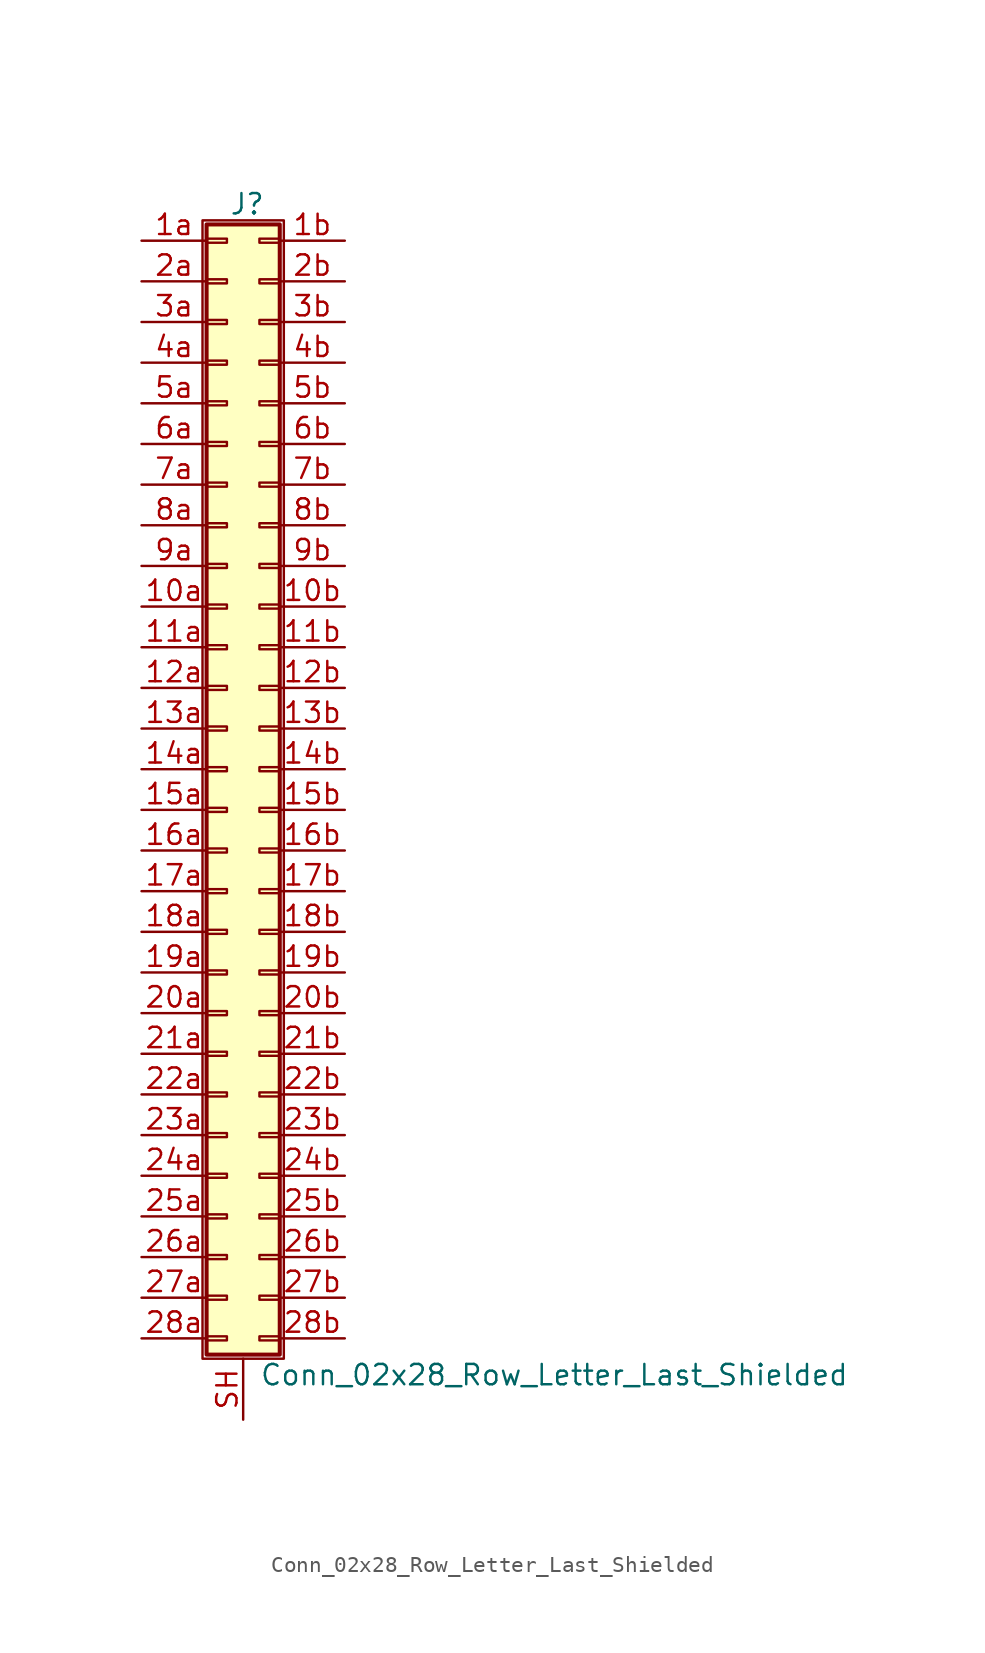
<source format=kicad_sym>
(kicad_symbol_lib
  (version 20211014)
  (generator kicad_symbol_editor)
  (symbol "Conn_02x28_Row_Letter_Last_Shielded"
    (pin_names
      (offset 1.016) hide)
    (property "Reference" "J"
      (at 1.524 35.306 0)
      (effects (font (size 1.27 1.27))))
    (property "Value" "Conn_02x28_Row_Letter_Last_Shielded"
      (at 2.286 -37.846 0)
      (effects (font (size 1.27 1.27)) (justify left)))
    (symbol "Conn_02x28_Row_Letter_Last_Shielded_1_1"
      (rectangle (start -1.27 34.29) (end 3.81 -36.83) (stroke (width 0.152) (type default) (color 0 0 0 0)) (fill (type none)))
      (rectangle (start -1.016 -35.433) (end 0.254 -35.687) (stroke (width 0.152) (type default) (color 0 0 0 0)) (fill (type none)))
      (rectangle (start -1.016 -32.893) (end 0.254 -33.147) (stroke (width 0.152) (type default) (color 0 0 0 0)) (fill (type none)))
      (rectangle (start -1.016 -30.353) (end 0.254 -30.607) (stroke (width 0.152) (type default) (color 0 0 0 0)) (fill (type none)))
      (rectangle (start -1.016 -27.813) (end 0.254 -28.067) (stroke (width 0.152) (type default) (color 0 0 0 0)) (fill (type none)))
      (rectangle (start -1.016 -25.273) (end 0.254 -25.527) (stroke (width 0.152) (type default) (color 0 0 0 0)) (fill (type none)))
      (rectangle (start -1.016 -22.733) (end 0.254 -22.987) (stroke (width 0.152) (type default) (color 0 0 0 0)) (fill (type none)))
      (rectangle (start -1.016 -20.193) (end 0.254 -20.447) (stroke (width 0.152) (type default) (color 0 0 0 0)) (fill (type none)))
      (rectangle (start -1.016 -17.653) (end 0.254 -17.907) (stroke (width 0.152) (type default) (color 0 0 0 0)) (fill (type none)))
      (rectangle (start -1.016 -15.113) (end 0.254 -15.367) (stroke (width 0.152) (type default) (color 0 0 0 0)) (fill (type none)))
      (rectangle (start -1.016 -12.573) (end 0.254 -12.827) (stroke (width 0.152) (type default) (color 0 0 0 0)) (fill (type none)))
      (rectangle (start -1.016 -10.033) (end 0.254 -10.287) (stroke (width 0.152) (type default) (color 0 0 0 0)) (fill (type none)))
      (rectangle (start -1.016 -7.493) (end 0.254 -7.747) (stroke (width 0.152) (type default) (color 0 0 0 0)) (fill (type none)))
      (rectangle (start -1.016 -4.953) (end 0.254 -5.207) (stroke (width 0.152) (type default) (color 0 0 0 0)) (fill (type none)))
      (rectangle (start -1.016 -2.413) (end 0.254 -2.667) (stroke (width 0.152) (type default) (color 0 0 0 0)) (fill (type none)))
      (rectangle (start -1.016 0.127) (end 0.254 -0.127) (stroke (width 0.152) (type default) (color 0 0 0 0)) (fill (type none)))
      (rectangle (start -1.016 2.667) (end 0.254 2.413) (stroke (width 0.152) (type default) (color 0 0 0 0)) (fill (type none)))
      (rectangle (start -1.016 5.207) (end 0.254 4.953) (stroke (width 0.152) (type default) (color 0 0 0 0)) (fill (type none)))
      (rectangle (start -1.016 7.747) (end 0.254 7.493) (stroke (width 0.152) (type default) (color 0 0 0 0)) (fill (type none)))
      (rectangle (start -1.016 10.287) (end 0.254 10.033) (stroke (width 0.152) (type default) (color 0 0 0 0)) (fill (type none)))
      (rectangle (start -1.016 12.827) (end 0.254 12.573) (stroke (width 0.152) (type default) (color 0 0 0 0)) (fill (type none)))
      (rectangle (start -1.016 15.367) (end 0.254 15.113) (stroke (width 0.152) (type default) (color 0 0 0 0)) (fill (type none)))
      (rectangle (start -1.016 17.907) (end 0.254 17.653) (stroke (width 0.152) (type default) (color 0 0 0 0)) (fill (type none)))
      (rectangle (start -1.016 20.447) (end 0.254 20.193) (stroke (width 0.152) (type default) (color 0 0 0 0)) (fill (type none)))
      (rectangle (start -1.016 22.987) (end 0.254 22.733) (stroke (width 0.152) (type default) (color 0 0 0 0)) (fill (type none)))
      (rectangle (start -1.016 25.527) (end 0.254 25.273) (stroke (width 0.152) (type default) (color 0 0 0 0)) (fill (type none)))
      (rectangle (start -1.016 28.067) (end 0.254 27.813) (stroke (width 0.152) (type default) (color 0 0 0 0)) (fill (type none)))
      (rectangle (start -1.016 30.607) (end 0.254 30.353) (stroke (width 0.152) (type default) (color 0 0 0 0)) (fill (type none)))
      (rectangle (start -1.016 33.147) (end 0.254 32.893) (stroke (width 0.152) (type default) (color 0 0 0 0)) (fill (type none)))
      (rectangle (start -1.016 34.036) (end 3.556 -36.576) (stroke (width 0.254) (type default) (color 0 0 0 0)) (fill (type background)))
      (rectangle (start 3.556 -35.433) (end 2.286 -35.687) (stroke (width 0.152) (type default) (color 0 0 0 0)) (fill (type none)))
      (rectangle (start 3.556 -32.893) (end 2.286 -33.147) (stroke (width 0.152) (type default) (color 0 0 0 0)) (fill (type none)))
      (rectangle (start 3.556 -30.353) (end 2.286 -30.607) (stroke (width 0.152) (type default) (color 0 0 0 0)) (fill (type none)))
      (rectangle (start 3.556 -27.813) (end 2.286 -28.067) (stroke (width 0.152) (type default) (color 0 0 0 0)) (fill (type none)))
      (rectangle (start 3.556 -25.273) (end 2.286 -25.527) (stroke (width 0.152) (type default) (color 0 0 0 0)) (fill (type none)))
      (rectangle (start 3.556 -22.733) (end 2.286 -22.987) (stroke (width 0.152) (type default) (color 0 0 0 0)) (fill (type none)))
      (rectangle (start 3.556 -20.193) (end 2.286 -20.447) (stroke (width 0.152) (type default) (color 0 0 0 0)) (fill (type none)))
      (rectangle (start 3.556 -17.653) (end 2.286 -17.907) (stroke (width 0.152) (type default) (color 0 0 0 0)) (fill (type none)))
      (rectangle (start 3.556 -15.113) (end 2.286 -15.367) (stroke (width 0.152) (type default) (color 0 0 0 0)) (fill (type none)))
      (rectangle (start 3.556 -12.573) (end 2.286 -12.827) (stroke (width 0.152) (type default) (color 0 0 0 0)) (fill (type none)))
      (rectangle (start 3.556 -10.033) (end 2.286 -10.287) (stroke (width 0.152) (type default) (color 0 0 0 0)) (fill (type none)))
      (rectangle (start 3.556 -7.493) (end 2.286 -7.747) (stroke (width 0.152) (type default) (color 0 0 0 0)) (fill (type none)))
      (rectangle (start 3.556 -4.953) (end 2.286 -5.207) (stroke (width 0.152) (type default) (color 0 0 0 0)) (fill (type none)))
      (rectangle (start 3.556 -2.413) (end 2.286 -2.667) (stroke (width 0.152) (type default) (color 0 0 0 0)) (fill (type none)))
      (rectangle (start 3.556 0.127) (end 2.286 -0.127) (stroke (width 0.152) (type default) (color 0 0 0 0)) (fill (type none)))
      (rectangle (start 3.556 2.667) (end 2.286 2.413) (stroke (width 0.152) (type default) (color 0 0 0 0)) (fill (type none)))
      (rectangle (start 3.556 5.207) (end 2.286 4.953) (stroke (width 0.152) (type default) (color 0 0 0 0)) (fill (type none)))
      (rectangle (start 3.556 7.747) (end 2.286 7.493) (stroke (width 0.152) (type default) (color 0 0 0 0)) (fill (type none)))
      (rectangle (start 3.556 10.287) (end 2.286 10.033) (stroke (width 0.152) (type default) (color 0 0 0 0)) (fill (type none)))
      (rectangle (start 3.556 12.827) (end 2.286 12.573) (stroke (width 0.152) (type default) (color 0 0 0 0)) (fill (type none)))
      (rectangle (start 3.556 15.367) (end 2.286 15.113) (stroke (width 0.152) (type default) (color 0 0 0 0)) (fill (type none)))
      (rectangle (start 3.556 17.907) (end 2.286 17.653) (stroke (width 0.152) (type default) (color 0 0 0 0)) (fill (type none)))
      (rectangle (start 3.556 20.447) (end 2.286 20.193) (stroke (width 0.152) (type default) (color 0 0 0 0)) (fill (type none)))
      (rectangle (start 3.556 22.987) (end 2.286 22.733) (stroke (width 0.152) (type default) (color 0 0 0 0)) (fill (type none)))
      (rectangle (start 3.556 25.527) (end 2.286 25.273) (stroke (width 0.152) (type default) (color 0 0 0 0)) (fill (type none)))
      (rectangle (start 3.556 28.067) (end 2.286 27.813) (stroke (width 0.152) (type default) (color 0 0 0 0)) (fill (type none)))
      (rectangle (start 3.556 30.607) (end 2.286 30.353) (stroke (width 0.152) (type default) (color 0 0 0 0)) (fill (type none)))
      (rectangle (start 3.556 33.147) (end 2.286 32.893) (stroke (width 0.152) (type default) (color 0 0 0 0)) (fill (type none)))
      (pin passive line (at -5.08 10.16 0) (length 4.064) (name "Pin_10a" (effects (font (size 1.27 1.27)))) (number "10a" (effects (font (size 1.27 1.27)))))
      (pin passive line (at 7.62 10.16 180) (length 4.064) (name "Pin_10b" (effects (font (size 1.27 1.27)))) (number "10b" (effects (font (size 1.27 1.27)))))
      (pin passive line (at -5.08 7.62 0) (length 4.064) (name "Pin_11a" (effects (font (size 1.27 1.27)))) (number "11a" (effects (font (size 1.27 1.27)))))
      (pin passive line (at 7.62 7.62 180) (length 4.064) (name "Pin_11b" (effects (font (size 1.27 1.27)))) (number "11b" (effects (font (size 1.27 1.27)))))
      (pin passive line (at -5.08 5.08 0) (length 4.064) (name "Pin_12a" (effects (font (size 1.27 1.27)))) (number "12a" (effects (font (size 1.27 1.27)))))
      (pin passive line (at 7.62 5.08 180) (length 4.064) (name "Pin_12b" (effects (font (size 1.27 1.27)))) (number "12b" (effects (font (size 1.27 1.27)))))
      (pin passive line (at -5.08 2.54 0) (length 4.064) (name "Pin_13a" (effects (font (size 1.27 1.27)))) (number "13a" (effects (font (size 1.27 1.27)))))
      (pin passive line (at 7.62 2.54 180) (length 4.064) (name "Pin_13b" (effects (font (size 1.27 1.27)))) (number "13b" (effects (font (size 1.27 1.27)))))
      (pin passive line (at -5.08 0 0) (length 4.064) (name "Pin_14a" (effects (font (size 1.27 1.27)))) (number "14a" (effects (font (size 1.27 1.27)))))
      (pin passive line (at 7.62 0 180) (length 4.064) (name "Pin_14b" (effects (font (size 1.27 1.27)))) (number "14b" (effects (font (size 1.27 1.27)))))
      (pin passive line (at -5.08 -2.54 0) (length 4.064) (name "Pin_15a" (effects (font (size 1.27 1.27)))) (number "15a" (effects (font (size 1.27 1.27)))))
      (pin passive line (at 7.62 -2.54 180) (length 4.064) (name "Pin_15b" (effects (font (size 1.27 1.27)))) (number "15b" (effects (font (size 1.27 1.27)))))
      (pin passive line (at -5.08 -5.08 0) (length 4.064) (name "Pin_16a" (effects (font (size 1.27 1.27)))) (number "16a" (effects (font (size 1.27 1.27)))))
      (pin passive line (at 7.62 -5.08 180) (length 4.064) (name "Pin_16b" (effects (font (size 1.27 1.27)))) (number "16b" (effects (font (size 1.27 1.27)))))
      (pin passive line (at -5.08 -7.62 0) (length 4.064) (name "Pin_17a" (effects (font (size 1.27 1.27)))) (number "17a" (effects (font (size 1.27 1.27)))))
      (pin passive line (at 7.62 -7.62 180) (length 4.064) (name "Pin_17b" (effects (font (size 1.27 1.27)))) (number "17b" (effects (font (size 1.27 1.27)))))
      (pin passive line (at -5.08 -10.16 0) (length 4.064) (name "Pin_18a" (effects (font (size 1.27 1.27)))) (number "18a" (effects (font (size 1.27 1.27)))))
      (pin passive line (at 7.62 -10.16 180) (length 4.064) (name "Pin_18b" (effects (font (size 1.27 1.27)))) (number "18b" (effects (font (size 1.27 1.27)))))
      (pin passive line (at -5.08 -12.7 0) (length 4.064) (name "Pin_19a" (effects (font (size 1.27 1.27)))) (number "19a" (effects (font (size 1.27 1.27)))))
      (pin passive line (at 7.62 -12.7 180) (length 4.064) (name "Pin_19b" (effects (font (size 1.27 1.27)))) (number "19b" (effects (font (size 1.27 1.27)))))
      (pin passive line (at -5.08 33.02 0) (length 4.064) (name "Pin_1a" (effects (font (size 1.27 1.27)))) (number "1a" (effects (font (size 1.27 1.27)))))
      (pin passive line (at 7.62 33.02 180) (length 4.064) (name "Pin_1b" (effects (font (size 1.27 1.27)))) (number "1b" (effects (font (size 1.27 1.27)))))
      (pin passive line (at -5.08 -15.24 0) (length 4.064) (name "Pin_20a" (effects (font (size 1.27 1.27)))) (number "20a" (effects (font (size 1.27 1.27)))))
      (pin passive line (at 7.62 -15.24 180) (length 4.064) (name "Pin_20b" (effects (font (size 1.27 1.27)))) (number "20b" (effects (font (size 1.27 1.27)))))
      (pin passive line (at -5.08 -17.78 0) (length 4.064) (name "Pin_21a" (effects (font (size 1.27 1.27)))) (number "21a" (effects (font (size 1.27 1.27)))))
      (pin passive line (at 7.62 -17.78 180) (length 4.064) (name "Pin_21b" (effects (font (size 1.27 1.27)))) (number "21b" (effects (font (size 1.27 1.27)))))
      (pin passive line (at -5.08 -20.32 0) (length 4.064) (name "Pin_22a" (effects (font (size 1.27 1.27)))) (number "22a" (effects (font (size 1.27 1.27)))))
      (pin passive line (at 7.62 -20.32 180) (length 4.064) (name "Pin_22b" (effects (font (size 1.27 1.27)))) (number "22b" (effects (font (size 1.27 1.27)))))
      (pin passive line (at -5.08 -22.86 0) (length 4.064) (name "Pin_23a" (effects (font (size 1.27 1.27)))) (number "23a" (effects (font (size 1.27 1.27)))))
      (pin passive line (at 7.62 -22.86 180) (length 4.064) (name "Pin_23b" (effects (font (size 1.27 1.27)))) (number "23b" (effects (font (size 1.27 1.27)))))
      (pin passive line (at -5.08 -25.4 0) (length 4.064) (name "Pin_24a" (effects (font (size 1.27 1.27)))) (number "24a" (effects (font (size 1.27 1.27)))))
      (pin passive line (at 7.62 -25.4 180) (length 4.064) (name "Pin_24b" (effects (font (size 1.27 1.27)))) (number "24b" (effects (font (size 1.27 1.27)))))
      (pin passive line (at -5.08 -27.94 0) (length 4.064) (name "Pin_25a" (effects (font (size 1.27 1.27)))) (number "25a" (effects (font (size 1.27 1.27)))))
      (pin passive line (at 7.62 -27.94 180) (length 4.064) (name "Pin_25b" (effects (font (size 1.27 1.27)))) (number "25b" (effects (font (size 1.27 1.27)))))
      (pin passive line (at -5.08 -30.48 0) (length 4.064) (name "Pin_26a" (effects (font (size 1.27 1.27)))) (number "26a" (effects (font (size 1.27 1.27)))))
      (pin passive line (at 7.62 -30.48 180) (length 4.064) (name "Pin_26b" (effects (font (size 1.27 1.27)))) (number "26b" (effects (font (size 1.27 1.27)))))
      (pin passive line (at -5.08 -33.02 0) (length 4.064) (name "Pin_27a" (effects (font (size 1.27 1.27)))) (number "27a" (effects (font (size 1.27 1.27)))))
      (pin passive line (at 7.62 -33.02 180) (length 4.064) (name "Pin_27b" (effects (font (size 1.27 1.27)))) (number "27b" (effects (font (size 1.27 1.27)))))
      (pin passive line (at -5.08 -35.56 0) (length 4.064) (name "Pin_28a" (effects (font (size 1.27 1.27)))) (number "28a" (effects (font (size 1.27 1.27)))))
      (pin passive line (at 7.62 -35.56 180) (length 4.064) (name "Pin_28b" (effects (font (size 1.27 1.27)))) (number "28b" (effects (font (size 1.27 1.27)))))
      (pin passive line (at -5.08 30.48 0) (length 4.064) (name "Pin_2a" (effects (font (size 1.27 1.27)))) (number "2a" (effects (font (size 1.27 1.27)))))
      (pin passive line (at 7.62 30.48 180) (length 4.064) (name "Pin_2b" (effects (font (size 1.27 1.27)))) (number "2b" (effects (font (size 1.27 1.27)))))
      (pin passive line (at -5.08 27.94 0) (length 4.064) (name "Pin_3a" (effects (font (size 1.27 1.27)))) (number "3a" (effects (font (size 1.27 1.27)))))
      (pin passive line (at 7.62 27.94 180) (length 4.064) (name "Pin_3b" (effects (font (size 1.27 1.27)))) (number "3b" (effects (font (size 1.27 1.27)))))
      (pin passive line (at -5.08 25.4 0) (length 4.064) (name "Pin_4a" (effects (font (size 1.27 1.27)))) (number "4a" (effects (font (size 1.27 1.27)))))
      (pin passive line (at 7.62 25.4 180) (length 4.064) (name "Pin_4b" (effects (font (size 1.27 1.27)))) (number "4b" (effects (font (size 1.27 1.27)))))
      (pin passive line (at -5.08 22.86 0) (length 4.064) (name "Pin_5a" (effects (font (size 1.27 1.27)))) (number "5a" (effects (font (size 1.27 1.27)))))
      (pin passive line (at 7.62 22.86 180) (length 4.064) (name "Pin_5b" (effects (font (size 1.27 1.27)))) (number "5b" (effects (font (size 1.27 1.27)))))
      (pin passive line (at -5.08 20.32 0) (length 4.064) (name "Pin_6a" (effects (font (size 1.27 1.27)))) (number "6a" (effects (font (size 1.27 1.27)))))
      (pin passive line (at 7.62 20.32 180) (length 4.064) (name "Pin_6b" (effects (font (size 1.27 1.27)))) (number "6b" (effects (font (size 1.27 1.27)))))
      (pin passive line (at -5.08 17.78 0) (length 4.064) (name "Pin_7a" (effects (font (size 1.27 1.27)))) (number "7a" (effects (font (size 1.27 1.27)))))
      (pin passive line (at 7.62 17.78 180) (length 4.064) (name "Pin_7b" (effects (font (size 1.27 1.27)))) (number "7b" (effects (font (size 1.27 1.27)))))
      (pin passive line (at -5.08 15.24 0) (length 4.064) (name "Pin_8a" (effects (font (size 1.27 1.27)))) (number "8a" (effects (font (size 1.27 1.27)))))
      (pin passive line (at 7.62 15.24 180) (length 4.064) (name "Pin_8b" (effects (font (size 1.27 1.27)))) (number "8b" (effects (font (size 1.27 1.27)))))
      (pin passive line (at -5.08 12.7 0) (length 4.064) (name "Pin_9a" (effects (font (size 1.27 1.27)))) (number "9a" (effects (font (size 1.27 1.27)))))
      (pin passive line (at 7.62 12.7 180) (length 4.064) (name "Pin_9b" (effects (font (size 1.27 1.27)))) (number "9b" (effects (font (size 1.27 1.27)))))
      (pin passive line (at 1.27 -40.64 90) (length 3.81) (name "Shield" (effects (font (size 1.27 1.27)))) (number "SH" (effects (font (size 1.27 1.27))))))))
</source>
